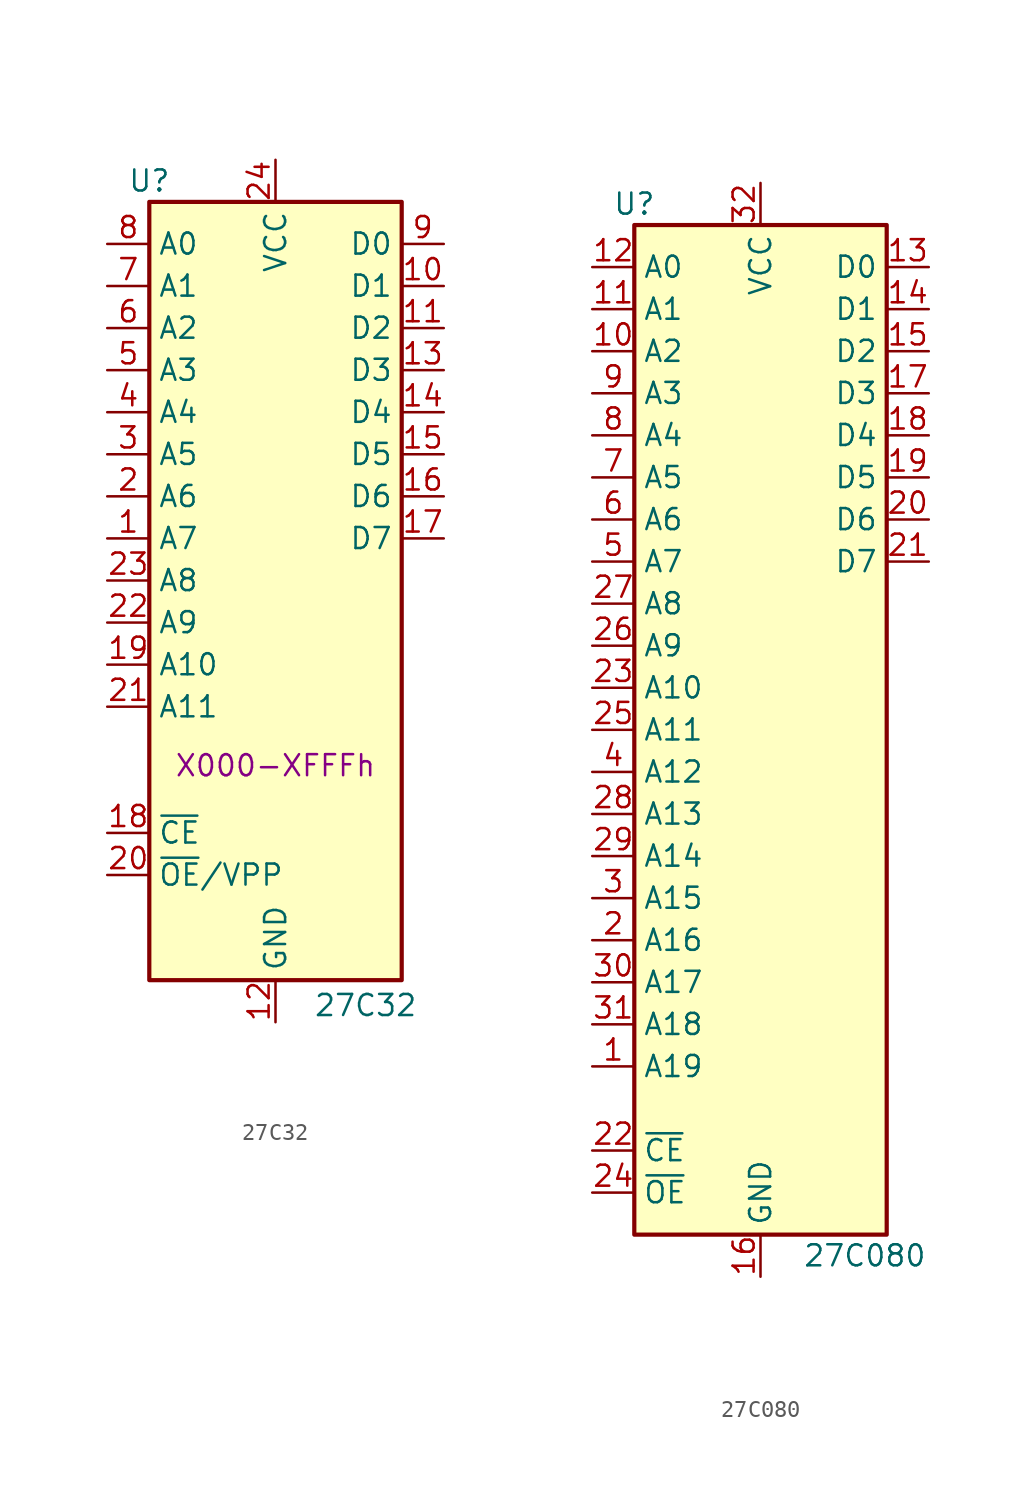
<source format=kicad_sym>
(kicad_symbol_lib
  (version 20231120)
  (generator "kicad_symbol_editor")
  (generator_version "8.0")
  (symbol "27C32"
    (property "Reference" "U"
      (at -7.62 24.13 0)
      (effects (font (size 1.27 1.27))))
    (property "Value" "27C32"
      (at 2.286 -25.654 0)
      (effects (font (size 1.27 1.27)) (justify left)))
    (property "Address" "X000-XFFFh"
      (at 0 -11.176 0)
      (effects (font (size 1.27 1.27))))
    (symbol "27C32_1_1"
      (rectangle (start -7.62 22.86) (end 7.62 -24.13) (stroke (width 0.254) (type default)) (fill (type background)))
      (pin input line (at -10.16 2.54 0) (length 2.54) (name "A7" (effects (font (size 1.27 1.27)))) (number "1" (effects (font (size 1.27 1.27)))))
      (pin tri_state line (at 10.16 17.78 180) (length 2.54) (name "D1" (effects (font (size 1.27 1.27)))) (number "10" (effects (font (size 1.27 1.27)))))
      (pin tri_state line (at 10.16 15.24 180) (length 2.54) (name "D2" (effects (font (size 1.27 1.27)))) (number "11" (effects (font (size 1.27 1.27)))))
      (pin power_in line (at 0 -26.67 90) (length 2.54) (name "GND" (effects (font (size 1.27 1.27)))) (number "12" (effects (font (size 1.27 1.27)))))
      (pin tri_state line (at 10.16 12.7 180) (length 2.54) (name "D3" (effects (font (size 1.27 1.27)))) (number "13" (effects (font (size 1.27 1.27)))))
      (pin tri_state line (at 10.16 10.16 180) (length 2.54) (name "D4" (effects (font (size 1.27 1.27)))) (number "14" (effects (font (size 1.27 1.27)))))
      (pin tri_state line (at 10.16 7.62 180) (length 2.54) (name "D5" (effects (font (size 1.27 1.27)))) (number "15" (effects (font (size 1.27 1.27)))))
      (pin tri_state line (at 10.16 5.08 180) (length 2.54) (name "D6" (effects (font (size 1.27 1.27)))) (number "16" (effects (font (size 1.27 1.27)))))
      (pin tri_state line (at 10.16 2.54 180) (length 2.54) (name "D7" (effects (font (size 1.27 1.27)))) (number "17" (effects (font (size 1.27 1.27)))))
      (pin input line (at -10.16 -15.24 0) (length 2.54) (name "~{CE}" (effects (font (size 1.27 1.27)))) (number "18" (effects (font (size 1.27 1.27)))))
      (pin input line (at -10.16 -5.08 0) (length 2.54) (name "A10" (effects (font (size 1.27 1.27)))) (number "19" (effects (font (size 1.27 1.27)))))
      (pin input line (at -10.16 5.08 0) (length 2.54) (name "A6" (effects (font (size 1.27 1.27)))) (number "2" (effects (font (size 1.27 1.27)))))
      (pin input line (at -10.16 -17.78 0) (length 2.54) (name "~{OE}/VPP" (effects (font (size 1.27 1.27)))) (number "20" (effects (font (size 1.27 1.27)))))
      (pin input line (at -10.16 -7.62 0) (length 2.54) (name "A11" (effects (font (size 1.27 1.27)))) (number "21" (effects (font (size 1.27 1.27)))))
      (pin input line (at -10.16 -2.54 0) (length 2.54) (name "A9" (effects (font (size 1.27 1.27)))) (number "22" (effects (font (size 1.27 1.27)))))
      (pin input line (at -10.16 0 0) (length 2.54) (name "A8" (effects (font (size 1.27 1.27)))) (number "23" (effects (font (size 1.27 1.27)))))
      (pin power_in line (at 0 25.4 270) (length 2.54) (name "VCC" (effects (font (size 1.27 1.27)))) (number "24" (effects (font (size 1.27 1.27)))))
      (pin input line (at -10.16 7.62 0) (length 2.54) (name "A5" (effects (font (size 1.27 1.27)))) (number "3" (effects (font (size 1.27 1.27)))))
      (pin input line (at -10.16 10.16 0) (length 2.54) (name "A4" (effects (font (size 1.27 1.27)))) (number "4" (effects (font (size 1.27 1.27)))))
      (pin input line (at -10.16 12.7 0) (length 2.54) (name "A3" (effects (font (size 1.27 1.27)))) (number "5" (effects (font (size 1.27 1.27)))))
      (pin input line (at -10.16 15.24 0) (length 2.54) (name "A2" (effects (font (size 1.27 1.27)))) (number "6" (effects (font (size 1.27 1.27)))))
      (pin input line (at -10.16 17.78 0) (length 2.54) (name "A1" (effects (font (size 1.27 1.27)))) (number "7" (effects (font (size 1.27 1.27)))))
      (pin input line (at -10.16 20.32 0) (length 2.54) (name "A0" (effects (font (size 1.27 1.27)))) (number "8" (effects (font (size 1.27 1.27)))))
      (pin tri_state line (at 10.16 20.32 180) (length 2.54) (name "D0" (effects (font (size 1.27 1.27)))) (number "9" (effects (font (size 1.27 1.27)))))))
  (symbol "27C080"
    (property "Reference" "U"
      (at -7.62 31.75 0)
      (effects (font (size 1.27 1.27))))
    (property "Value" "27C080"
      (at 2.54 -31.75 0)
      (effects (font (size 1.27 1.27)) (justify left)))
    (symbol "27C080_1_1"
      (rectangle (start -7.62 30.48) (end 7.62 -30.48) (stroke (width 0.254) (type default)) (fill (type background)))
      (pin input line (at -10.16 -20.32 0) (length 2.54) (name "A19" (effects (font (size 1.27 1.27)))) (number "1" (effects (font (size 1.27 1.27)))))
      (pin input line (at -10.16 22.86 0) (length 2.54) (name "A2" (effects (font (size 1.27 1.27)))) (number "10" (effects (font (size 1.27 1.27)))))
      (pin input line (at -10.16 25.4 0) (length 2.54) (name "A1" (effects (font (size 1.27 1.27)))) (number "11" (effects (font (size 1.27 1.27)))))
      (pin input line (at -10.16 27.94 0) (length 2.54) (name "A0" (effects (font (size 1.27 1.27)))) (number "12" (effects (font (size 1.27 1.27)))))
      (pin tri_state line (at 10.16 27.94 180) (length 2.54) (name "D0" (effects (font (size 1.27 1.27)))) (number "13" (effects (font (size 1.27 1.27)))))
      (pin tri_state line (at 10.16 25.4 180) (length 2.54) (name "D1" (effects (font (size 1.27 1.27)))) (number "14" (effects (font (size 1.27 1.27)))))
      (pin tri_state line (at 10.16 22.86 180) (length 2.54) (name "D2" (effects (font (size 1.27 1.27)))) (number "15" (effects (font (size 1.27 1.27)))))
      (pin power_in line (at 0 -33.02 90) (length 2.54) (name "GND" (effects (font (size 1.27 1.27)))) (number "16" (effects (font (size 1.27 1.27)))))
      (pin tri_state line (at 10.16 20.32 180) (length 2.54) (name "D3" (effects (font (size 1.27 1.27)))) (number "17" (effects (font (size 1.27 1.27)))))
      (pin tri_state line (at 10.16 17.78 180) (length 2.54) (name "D4" (effects (font (size 1.27 1.27)))) (number "18" (effects (font (size 1.27 1.27)))))
      (pin tri_state line (at 10.16 15.24 180) (length 2.54) (name "D5" (effects (font (size 1.27 1.27)))) (number "19" (effects (font (size 1.27 1.27)))))
      (pin input line (at -10.16 -12.7 0) (length 2.54) (name "A16" (effects (font (size 1.27 1.27)))) (number "2" (effects (font (size 1.27 1.27)))))
      (pin tri_state line (at 10.16 12.7 180) (length 2.54) (name "D6" (effects (font (size 1.27 1.27)))) (number "20" (effects (font (size 1.27 1.27)))))
      (pin tri_state line (at 10.16 10.16 180) (length 2.54) (name "D7" (effects (font (size 1.27 1.27)))) (number "21" (effects (font (size 1.27 1.27)))))
      (pin input line (at -10.16 -25.4 0) (length 2.54) (name "~{CE}" (effects (font (size 1.27 1.27)))) (number "22" (effects (font (size 1.27 1.27)))))
      (pin input line (at -10.16 2.54 0) (length 2.54) (name "A10" (effects (font (size 1.27 1.27)))) (number "23" (effects (font (size 1.27 1.27)))))
      (pin input line (at -10.16 -27.94 0) (length 2.54) (name "~{OE}" (effects (font (size 1.27 1.27)))) (number "24" (effects (font (size 1.27 1.27)))))
      (pin input line (at -10.16 0 0) (length 2.54) (name "A11" (effects (font (size 1.27 1.27)))) (number "25" (effects (font (size 1.27 1.27)))))
      (pin input line (at -10.16 5.08 0) (length 2.54) (name "A9" (effects (font (size 1.27 1.27)))) (number "26" (effects (font (size 1.27 1.27)))))
      (pin input line (at -10.16 7.62 0) (length 2.54) (name "A8" (effects (font (size 1.27 1.27)))) (number "27" (effects (font (size 1.27 1.27)))))
      (pin input line (at -10.16 -5.08 0) (length 2.54) (name "A13" (effects (font (size 1.27 1.27)))) (number "28" (effects (font (size 1.27 1.27)))))
      (pin input line (at -10.16 -7.62 0) (length 2.54) (name "A14" (effects (font (size 1.27 1.27)))) (number "29" (effects (font (size 1.27 1.27)))))
      (pin input line (at -10.16 -10.16 0) (length 2.54) (name "A15" (effects (font (size 1.27 1.27)))) (number "3" (effects (font (size 1.27 1.27)))))
      (pin input line (at -10.16 -15.24 0) (length 2.54) (name "A17" (effects (font (size 1.27 1.27)))) (number "30" (effects (font (size 1.27 1.27)))))
      (pin input line (at -10.16 -17.78 0) (length 2.54) (name "A18" (effects (font (size 1.27 1.27)))) (number "31" (effects (font (size 1.27 1.27)))))
      (pin power_in line (at 0 33.02 270) (length 2.54) (name "VCC" (effects (font (size 1.27 1.27)))) (number "32" (effects (font (size 1.27 1.27)))))
      (pin input line (at -10.16 -2.54 0) (length 2.54) (name "A12" (effects (font (size 1.27 1.27)))) (number "4" (effects (font (size 1.27 1.27)))))
      (pin input line (at -10.16 10.16 0) (length 2.54) (name "A7" (effects (font (size 1.27 1.27)))) (number "5" (effects (font (size 1.27 1.27)))))
      (pin input line (at -10.16 12.7 0) (length 2.54) (name "A6" (effects (font (size 1.27 1.27)))) (number "6" (effects (font (size 1.27 1.27)))))
      (pin input line (at -10.16 15.24 0) (length 2.54) (name "A5" (effects (font (size 1.27 1.27)))) (number "7" (effects (font (size 1.27 1.27)))))
      (pin input line (at -10.16 17.78 0) (length 2.54) (name "A4" (effects (font (size 1.27 1.27)))) (number "8" (effects (font (size 1.27 1.27)))))
      (pin input line (at -10.16 20.32 0) (length 2.54) (name "A3" (effects (font (size 1.27 1.27)))) (number "9" (effects (font (size 1.27 1.27))))))))
</source>
